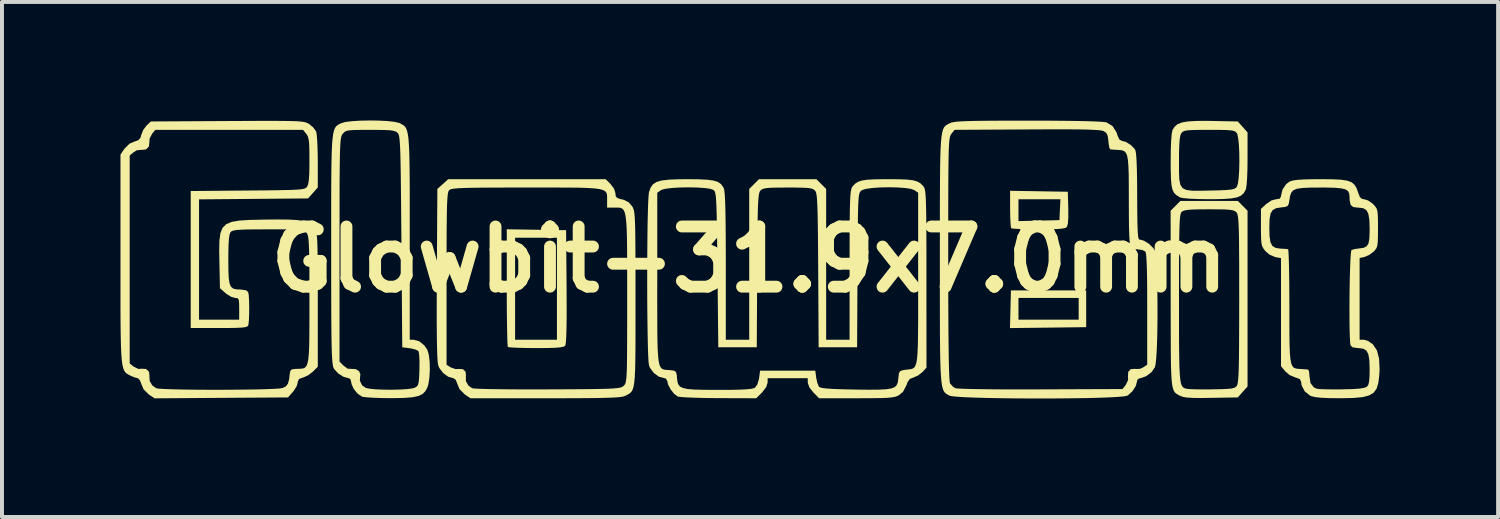
<source format=kicad_pcb>
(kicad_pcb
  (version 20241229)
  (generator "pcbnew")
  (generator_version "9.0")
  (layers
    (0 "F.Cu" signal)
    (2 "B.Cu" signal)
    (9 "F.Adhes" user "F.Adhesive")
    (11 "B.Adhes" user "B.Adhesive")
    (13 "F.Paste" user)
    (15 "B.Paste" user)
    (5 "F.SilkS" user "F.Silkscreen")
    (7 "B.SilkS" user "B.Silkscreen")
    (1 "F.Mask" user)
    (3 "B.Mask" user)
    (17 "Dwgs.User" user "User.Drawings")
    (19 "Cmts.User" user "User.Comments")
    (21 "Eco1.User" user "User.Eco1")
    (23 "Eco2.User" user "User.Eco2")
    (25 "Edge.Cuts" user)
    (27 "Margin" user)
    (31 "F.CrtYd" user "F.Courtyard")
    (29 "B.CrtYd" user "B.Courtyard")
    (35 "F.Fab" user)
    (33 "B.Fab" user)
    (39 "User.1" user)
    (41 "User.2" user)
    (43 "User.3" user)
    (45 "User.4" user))
  (footprint "Glowbit-31.9x7.0mm"
    (layer "F.Cu")
    (at 15.917 3.518)
    (property "Reference" "Glowbit-31.9x7.0mm" (at 0 0 0) (layer "F.SilkS") (effects (font (size 1.524 1.524) (thickness 0.3))))
    (attr through_hole)
    (fp_poly (pts (xy 8.53 1.714) (xy 7.566 1.726) (xy 6.601 1.737) (xy 6.613 1.26) (xy 6.62 0.974) (xy 6.816 0.974) (xy 6.816 1.524) (xy 8.34 1.524) (xy 8.34 0.974) (xy 6.816 0.974) (xy 6.62 0.974) (xy 6.625 0.783) (xy 8.53 0.783) (xy 8.53 1.714)) (stroke (width 0) (type solid)) (fill yes) (layer "F.SilkS"))
    (fp_poly (pts (xy 8.065 -1.714) (xy 8.077 -1.297) (xy 8.078 -1.064) (xy 8.066 -0.904) (xy 8.041 -0.822) (xy 8.04 -0.821) (xy 8.001 -0.798) (xy 7.923 -0.781) (xy 7.795 -0.77) (xy 7.604 -0.764) (xy 7.341 -0.762) (xy 7.326 -0.762) (xy 7.096 -0.764) (xy 6.898 -0.768) (xy 6.744 -0.776) (xy 6.652 -0.784) (xy 6.632 -0.79) (xy 6.621 -0.842) (xy 6.612 -0.959) (xy 6.606 -1.124) (xy 6.604 -1.278) (xy 6.604 -1.524) (xy 6.816 -1.524) (xy 6.816 -0.971) (xy 7.853 -0.995) (xy 7.865 -1.259) (xy 7.878 -1.524) (xy 6.816 -1.524) (xy 6.604 -1.524) (xy 6.604 -1.738) (xy 8.065 -1.714)) (stroke (width 0) (type solid)) (fill yes) (layer "F.SilkS"))
    (fp_poly (pts (xy -5.387 -0.752) (xy -4.636 -0.741) (xy -4.624 0.693) (xy -4.622 1.124) (xy -4.622 1.475) (xy -4.626 1.75) (xy -4.632 1.955) (xy -4.641 2.093) (xy -4.654 2.169) (xy -4.661 2.186) (xy -4.7 2.209) (xy -4.781 2.225) (xy -4.913 2.236) (xy -5.109 2.242) (xy -5.377 2.244) (xy -5.396 2.244) (xy -5.629 2.242) (xy -5.831 2.237) (xy -5.989 2.23) (xy -6.086 2.222) (xy -6.11 2.215) (xy -6.117 2.168) (xy -6.123 2.046) (xy -6.128 1.858) (xy -6.132 1.616) (xy -6.136 1.328) (xy -6.138 1.005) (xy -6.138 0.712) (xy -6.138 -0.55) (xy -5.927 -0.55) (xy -5.927 2.032) (xy -4.868 2.032) (xy -4.868 -0.55) (xy -5.927 -0.55) (xy -6.138 -0.55) (xy -6.138 -0.764) (xy -5.387 -0.752)) (stroke (width 0) (type solid)) (fill yes) (layer "F.SilkS"))
    (fp_poly (pts (xy 11.711 -3.506) (xy 12.368 -3.493) (xy 12.492 -3.354) (xy 12.615 -3.216) (xy 12.615 -2.541) (xy 12.612 -2.281) (xy 12.604 -2.058) (xy 12.591 -1.887) (xy 12.575 -1.783) (xy 12.569 -1.766) (xy 12.52 -1.68) (xy 12.452 -1.617) (xy 12.353 -1.573) (xy 12.212 -1.546) (xy 12.015 -1.531) (xy 11.751 -1.525) (xy 11.635 -1.525) (xy 11.372 -1.529) (xy 11.154 -1.538) (xy 10.995 -1.552) (xy 10.907 -1.57) (xy 10.901 -1.573) (xy 10.819 -1.623) (xy 10.759 -1.68) (xy 10.718 -1.757) (xy 10.692 -1.866) (xy 10.677 -2.022) (xy 10.671 -2.225) (xy 10.88 -2.225) (xy 10.887 -2.029) (xy 10.913 -1.893) (xy 10.968 -1.807) (xy 11.065 -1.759) (xy 11.214 -1.74) (xy 11.427 -1.739) (xy 11.677 -1.744) (xy 11.918 -1.75) (xy 12.089 -1.758) (xy 12.203 -1.77) (xy 12.276 -1.787) (xy 12.319 -1.812) (xy 12.344 -1.839) (xy 12.371 -1.92) (xy 12.39 -2.065) (xy 12.403 -2.254) (xy 12.408 -2.468) (xy 12.406 -2.687) (xy 12.397 -2.89) (xy 12.38 -3.058) (xy 12.357 -3.171) (xy 12.344 -3.199) (xy 12.314 -3.23) (xy 12.27 -3.253) (xy 12.197 -3.267) (xy 12.082 -3.276) (xy 11.912 -3.28) (xy 11.672 -3.281) (xy 11.642 -3.281) (xy 11.394 -3.28) (xy 11.216 -3.276) (xy 11.096 -3.268) (xy 11.02 -3.255) (xy 10.973 -3.233) (xy 10.943 -3.202) (xy 10.94 -3.199) (xy 10.914 -3.141) (xy 10.897 -3.041) (xy 10.886 -2.886) (xy 10.88 -2.666) (xy 10.88 -2.492) (xy 10.88 -2.225) (xy 10.671 -2.225) (xy 10.67 -2.238) (xy 10.669 -2.485) (xy 10.672 -2.773) (xy 10.681 -3.006) (xy 10.695 -3.176) (xy 10.714 -3.272) (xy 10.716 -3.277) (xy 10.769 -3.362) (xy 10.846 -3.426) (xy 10.958 -3.469) (xy 11.118 -3.495) (xy 11.336 -3.507) (xy 11.624 -3.508) (xy 11.711 -3.506)) (stroke (width 0) (type solid)) (fill yes) (layer "F.SilkS"))
    (fp_poly (pts (xy 11.642 -1.482) (xy 12.368 -1.482) (xy 12.492 -1.358) (xy 12.615 -1.234) (xy 12.615 3.216) (xy 12.492 3.354) (xy 12.368 3.493) (xy 11.698 3.504) (xy 11.429 3.508) (xy 11.23 3.505) (xy 11.089 3.497) (xy 10.99 3.482) (xy 10.92 3.458) (xy 10.905 3.451) (xy 10.854 3.424) (xy 10.812 3.398) (xy 10.776 3.367) (xy 10.747 3.322) (xy 10.724 3.257) (xy 10.706 3.166) (xy 10.692 3.041) (xy 10.683 2.875) (xy 10.676 2.662) (xy 10.673 2.394) (xy 10.671 2.065) (xy 10.67 1.667) (xy 10.669 1.195) (xy 10.669 1.002) (xy 10.669 0.99) (xy 10.88 0.99) (xy 10.88 1.481) (xy 10.88 1.895) (xy 10.882 2.238) (xy 10.886 2.517) (xy 10.891 2.739) (xy 10.9 2.91) (xy 10.912 3.038) (xy 10.928 3.13) (xy 10.949 3.191) (xy 10.975 3.23) (xy 11.006 3.253) (xy 11.044 3.267) (xy 11.07 3.274) (xy 11.143 3.282) (xy 11.281 3.287) (xy 11.467 3.29) (xy 11.681 3.289) (xy 11.719 3.288) (xy 11.951 3.284) (xy 12.113 3.277) (xy 12.219 3.266) (xy 12.285 3.247) (xy 12.326 3.219) (xy 12.344 3.199) (xy 12.358 3.168) (xy 12.369 3.112) (xy 12.379 3.024) (xy 12.387 2.898) (xy 12.393 2.727) (xy 12.397 2.504) (xy 12.4 2.223) (xy 12.402 1.876) (xy 12.403 1.458) (xy 12.404 1.001) (xy 12.403 0.519) (xy 12.403 0.115) (xy 12.401 -0.218) (xy 12.399 -0.488) (xy 12.395 -0.701) (xy 12.389 -0.865) (xy 12.382 -0.987) (xy 12.373 -1.074) (xy 12.362 -1.132) (xy 12.349 -1.17) (xy 12.334 -1.193) (xy 12.297 -1.223) (xy 12.244 -1.244) (xy 12.158 -1.258) (xy 12.027 -1.266) (xy 11.836 -1.269) (xy 11.638 -1.27) (xy 11.385 -1.268) (xy 11.203 -1.263) (xy 11.079 -1.252) (xy 11.001 -1.235) (xy 10.954 -1.211) (xy 10.946 -1.203) (xy 10.931 -1.181) (xy 10.918 -1.141) (xy 10.908 -1.076) (xy 10.899 -0.981) (xy 10.893 -0.847) (xy 10.888 -0.668) (xy 10.884 -0.437) (xy 10.882 -0.148) (xy 10.88 0.208) (xy 10.88 0.636) (xy 10.88 0.99) (xy 10.669 0.99) (xy 10.668 -1.234) (xy 10.792 -1.358) (xy 10.915 -1.482) (xy 11.642 -1.482)) (stroke (width 0) (type solid)) (fill yes) (layer "F.SilkS"))
    (fp_poly (pts (xy -9.38 -3.515) (xy -9.162 -3.504) (xy -8.983 -3.484) (xy -8.863 -3.457) (xy -8.846 -3.449) (xy -8.796 -3.423) (xy -8.753 -3.397) (xy -8.716 -3.364) (xy -8.686 -3.318) (xy -8.661 -3.253) (xy -8.641 -3.162) (xy -8.625 -3.04) (xy -8.614 -2.879) (xy -8.605 -2.673) (xy -8.6 -2.417) (xy -8.596 -2.104) (xy -8.594 -1.727) (xy -8.594 -1.28) (xy -8.594 -0.758) (xy -8.594 -0.552) (xy -8.594 2.032) (xy -8.497 2.032) (xy -8.354 2.071) (xy -8.224 2.177) (xy -8.149 2.286) (xy -8.112 2.411) (xy -8.091 2.589) (xy -8.086 2.794) (xy -8.097 2.996) (xy -8.124 3.168) (xy -8.148 3.241) (xy -8.2 3.337) (xy -8.272 3.408) (xy -8.378 3.458) (xy -8.528 3.489) (xy -8.734 3.506) (xy -9.01 3.511) (xy -9.111 3.511) (xy -9.336 3.508) (xy -9.536 3.5) (xy -9.693 3.489) (xy -9.79 3.477) (xy -9.805 3.472) (xy -9.916 3.396) (xy -10.012 3.278) (xy -10.069 3.152) (xy -10.075 3.106) (xy -10.099 3.024) (xy -10.141 3.006) (xy -10.269 2.972) (xy -10.403 2.888) (xy -10.505 2.777) (xy -10.519 2.753) (xy -10.532 2.72) (xy -10.543 2.668) (xy -10.552 2.592) (xy -10.56 2.487) (xy -10.567 2.345) (xy -10.572 2.162) (xy -10.576 1.93) (xy -10.579 1.645) (xy -10.581 1.3) (xy -10.582 0.889) (xy -10.583 0.407) (xy -10.583 -0.153) (xy -10.583 -0.247) (xy -10.372 -0.247) (xy -10.372 2.586) (xy -10.267 2.691) (xy -10.164 2.766) (xy -10.063 2.771) (xy -10.061 2.771) (xy -9.96 2.776) (xy -9.878 2.828) (xy -9.843 2.906) (xy -9.849 2.943) (xy -9.857 3.07) (xy -9.8 3.186) (xy -9.705 3.253) (xy -9.6 3.274) (xy -9.437 3.289) (xy -9.238 3.297) (xy -9.024 3.298) (xy -8.817 3.292) (xy -8.638 3.28) (xy -8.51 3.261) (xy -8.467 3.247) (xy -8.418 3.218) (xy -8.386 3.177) (xy -8.368 3.108) (xy -8.357 2.992) (xy -8.35 2.811) (xy -8.349 2.775) (xy -8.347 2.578) (xy -8.355 2.425) (xy -8.37 2.331) (xy -8.38 2.314) (xy -8.446 2.282) (xy -8.56 2.253) (xy -8.603 2.247) (xy -8.784 2.223) (xy -8.805 -0.454) (xy -8.81 -0.997) (xy -8.814 -1.463) (xy -8.818 -1.856) (xy -8.822 -2.184) (xy -8.827 -2.452) (xy -8.832 -2.667) (xy -8.838 -2.835) (xy -8.846 -2.962) (xy -8.854 -3.055) (xy -8.864 -3.12) (xy -8.876 -3.163) (xy -8.89 -3.19) (xy -8.902 -3.205) (xy -8.942 -3.235) (xy -9.001 -3.256) (xy -9.093 -3.27) (xy -9.233 -3.277) (xy -9.435 -3.28) (xy -9.594 -3.281) (xy -9.834 -3.28) (xy -10.005 -3.277) (xy -10.12 -3.269) (xy -10.194 -3.255) (xy -10.241 -3.231) (xy -10.277 -3.197) (xy -10.291 -3.181) (xy -10.307 -3.158) (xy -10.32 -3.129) (xy -10.332 -3.087) (xy -10.342 -3.026) (xy -10.35 -2.94) (xy -10.356 -2.823) (xy -10.361 -2.668) (xy -10.365 -2.469) (xy -10.368 -2.22) (xy -10.37 -1.915) (xy -10.371 -1.548) (xy -10.371 -1.112) (xy -10.372 -0.602) (xy -10.372 -0.247) (xy -10.583 -0.247) (xy -10.583 -0.254) (xy -10.583 -0.836) (xy -10.583 -1.34) (xy -10.582 -1.771) (xy -10.58 -2.135) (xy -10.576 -2.439) (xy -10.57 -2.688) (xy -10.562 -2.887) (xy -10.55 -3.044) (xy -10.535 -3.164) (xy -10.515 -3.254) (xy -10.491 -3.318) (xy -10.463 -3.363) (xy -10.428 -3.395) (xy -10.388 -3.42) (xy -10.342 -3.444) (xy -10.331 -3.449) (xy -10.227 -3.479) (xy -10.06 -3.5) (xy -9.849 -3.513) (xy -9.616 -3.518) (xy -9.38 -3.515)) (stroke (width 0) (type solid)) (fill yes) (layer "F.SilkS"))
    (fp_poly (pts (xy -3.51 -1.908) (xy -3.422 -1.79) (xy -3.387 -1.677) (xy -3.387 -1.674) (xy -3.38 -1.603) (xy -3.347 -1.56) (xy -3.266 -1.53) (xy -3.163 -1.505) (xy -3.05 -1.445) (xy -2.962 -1.343) (xy -2.944 -1.31) (xy -2.928 -1.271) (xy -2.915 -1.219) (xy -2.905 -1.147) (xy -2.897 -1.048) (xy -2.891 -0.915) (xy -2.886 -0.74) (xy -2.883 -0.516) (xy -2.881 -0.236) (xy -2.879 0.107) (xy -2.879 0.521) (xy -2.879 0.996) (xy -2.879 1.498) (xy -2.879 1.922) (xy -2.88 2.275) (xy -2.884 2.565) (xy -2.889 2.797) (xy -2.898 2.98) (xy -2.911 3.119) (xy -2.929 3.222) (xy -2.952 3.296) (xy -2.981 3.348) (xy -3.017 3.385) (xy -3.061 3.413) (xy -3.113 3.44) (xy -3.133 3.45) (xy -3.174 3.466) (xy -3.236 3.479) (xy -3.327 3.489) (xy -3.454 3.497) (xy -3.625 3.503) (xy -3.846 3.508) (xy -4.126 3.511) (xy -4.472 3.513) (xy -4.891 3.514) (xy -5.156 3.514) (xy -7.057 3.514) (xy -7.201 3.417) (xy -7.333 3.285) (xy -7.384 3.163) (xy -7.429 3.049) (xy -7.487 3.006) (xy -7.49 3.006) (xy -7.621 2.969) (xy -7.749 2.875) (xy -7.846 2.747) (xy -7.874 2.68) (xy -7.886 2.602) (xy -7.896 2.457) (xy -7.903 2.242) (xy -7.908 1.954) (xy -7.911 1.591) (xy -7.911 1.15) (xy -7.91 0.629) (xy -7.909 0.489) (xy -7.662 0.489) (xy -7.662 2.665) (xy -7.561 2.731) (xy -7.434 2.776) (xy -7.357 2.772) (xy -7.248 2.778) (xy -7.179 2.844) (xy -7.171 2.948) (xy -7.174 2.96) (xy -7.173 3.081) (xy -7.108 3.194) (xy -7.014 3.26) (xy -6.953 3.268) (xy -6.817 3.275) (xy -6.614 3.281) (xy -6.355 3.285) (xy -6.047 3.288) (xy -5.701 3.29) (xy -5.326 3.29) (xy -5.095 3.289) (xy -4.653 3.287) (xy -4.288 3.285) (xy -3.992 3.282) (xy -3.757 3.278) (xy -3.575 3.273) (xy -3.44 3.266) (xy -3.342 3.257) (xy -3.274 3.246) (xy -3.229 3.232) (xy -3.198 3.215) (xy -3.179 3.2) (xy -3.159 3.18) (xy -3.143 3.156) (xy -3.129 3.12) (xy -3.118 3.064) (xy -3.109 2.983) (xy -3.102 2.868) (xy -3.097 2.712) (xy -3.094 2.509) (xy -3.092 2.251) (xy -3.091 1.931) (xy -3.09 1.541) (xy -3.09 1.075) (xy -3.09 0.998) (xy -3.09 0.497) (xy -3.091 0.074) (xy -3.092 -0.277) (xy -3.096 -0.564) (xy -3.103 -0.792) (xy -3.115 -0.969) (xy -3.131 -1.1) (xy -3.153 -1.193) (xy -3.182 -1.254) (xy -3.219 -1.29) (xy -3.264 -1.308) (xy -3.319 -1.313) (xy -3.384 -1.313) (xy -3.41 -1.312) (xy -3.598 -1.312) (xy -3.598 -1.489) (xy -3.597 -1.565) (xy -3.6 -1.629) (xy -3.612 -1.681) (xy -3.641 -1.722) (xy -3.694 -1.755) (xy -3.778 -1.779) (xy -3.901 -1.797) (xy -4.068 -1.808) (xy -4.288 -1.816) (xy -4.567 -1.819) (xy -4.912 -1.82) (xy -5.33 -1.82) (xy -5.634 -1.82) (xy -6.089 -1.82) (xy -6.468 -1.819) (xy -6.776 -1.817) (xy -7.022 -1.814) (xy -7.212 -1.809) (xy -7.355 -1.803) (xy -7.457 -1.794) (xy -7.526 -1.784) (xy -7.57 -1.771) (xy -7.595 -1.755) (xy -7.596 -1.754) (xy -7.611 -1.731) (xy -7.623 -1.691) (xy -7.634 -1.628) (xy -7.642 -1.533) (xy -7.649 -1.4) (xy -7.654 -1.223) (xy -7.657 -0.994) (xy -7.66 -0.707) (xy -7.661 -0.355) (xy -7.662 0.069) (xy -7.662 0.489) (xy -7.909 0.489) (xy -7.908 0.367) (xy -7.895 -1.785) (xy -7.757 -1.909) (xy -7.619 -2.032) (xy -3.634 -2.032) (xy -3.51 -1.908)) (stroke (width 0) (type solid)) (fill yes) (layer "F.SilkS"))
    (fp_poly (pts (xy 14.761 -2.029) (xy 14.979 -2.019) (xy 15.137 -1.995) (xy 15.247 -1.955) (xy 15.322 -1.893) (xy 15.375 -1.806) (xy 15.415 -1.691) (xy 15.459 -1.58) (xy 15.513 -1.532) (xy 15.567 -1.524) (xy 15.663 -1.495) (xy 15.771 -1.422) (xy 15.794 -1.4) (xy 15.847 -1.344) (xy 15.882 -1.29) (xy 15.903 -1.221) (xy 15.913 -1.118) (xy 15.917 -0.962) (xy 15.917 -0.792) (xy 15.916 -0.582) (xy 15.911 -0.439) (xy 15.899 -0.344) (xy 15.875 -0.28) (xy 15.838 -0.229) (xy 15.808 -0.199) (xy 15.698 -0.116) (xy 15.58 -0.064) (xy 15.576 -0.063) (xy 15.452 -0.036) (xy 15.452 2.032) (xy 15.561 2.032) (xy 15.669 2.064) (xy 15.784 2.146) (xy 15.79 2.152) (xy 15.89 2.302) (xy 15.945 2.511) (xy 15.958 2.786) (xy 15.949 2.938) (xy 15.926 3.125) (xy 15.884 3.267) (xy 15.811 3.37) (xy 15.698 3.44) (xy 15.535 3.484) (xy 15.31 3.506) (xy 15.013 3.513) (xy 14.937 3.513) (xy 14.668 3.51) (xy 14.469 3.501) (xy 14.328 3.485) (xy 14.231 3.461) (xy 14.198 3.447) (xy 14.063 3.339) (xy 13.984 3.189) (xy 13.97 3.093) (xy 13.939 3.029) (xy 13.838 2.991) (xy 13.824 2.988) (xy 13.678 2.926) (xy 13.57 2.832) (xy 13.462 2.703) (xy 13.462 -0.033) (xy 13.316 -0.06) (xy 13.17 -0.122) (xy 13.062 -0.216) (xy 13.015 -0.279) (xy 12.983 -0.342) (xy 12.965 -0.426) (xy 12.957 -0.549) (xy 12.954 -0.731) (xy 12.954 -0.806) (xy 13.166 -0.806) (xy 13.172 -0.586) (xy 13.195 -0.436) (xy 13.243 -0.343) (xy 13.322 -0.294) (xy 13.44 -0.275) (xy 13.445 -0.275) (xy 13.559 -0.268) (xy 13.634 -0.261) (xy 13.642 -0.26) (xy 13.649 -0.218) (xy 13.656 -0.101) (xy 13.662 0.081) (xy 13.667 0.319) (xy 13.671 0.601) (xy 13.673 0.92) (xy 13.674 1.177) (xy 13.674 1.584) (xy 13.675 1.915) (xy 13.679 2.176) (xy 13.687 2.378) (xy 13.701 2.527) (xy 13.721 2.632) (xy 13.75 2.7) (xy 13.788 2.741) (xy 13.838 2.761) (xy 13.9 2.77) (xy 13.953 2.773) (xy 14.067 2.78) (xy 14.142 2.787) (xy 14.15 2.788) (xy 14.17 2.83) (xy 14.181 2.925) (xy 14.182 2.955) (xy 14.209 3.129) (xy 14.292 3.238) (xy 14.372 3.274) (xy 14.445 3.282) (xy 14.584 3.287) (xy 14.769 3.29) (xy 14.982 3.289) (xy 15.011 3.288) (xy 15.271 3.282) (xy 15.456 3.269) (xy 15.575 3.249) (xy 15.636 3.223) (xy 15.671 3.176) (xy 15.692 3.094) (xy 15.703 2.96) (xy 15.706 2.782) (xy 15.699 2.556) (xy 15.674 2.402) (xy 15.624 2.307) (xy 15.543 2.259) (xy 15.422 2.244) (xy 15.407 2.244) (xy 15.276 2.225) (xy 15.223 2.177) (xy 15.213 2.107) (xy 15.205 1.97) (xy 15.199 1.778) (xy 15.196 1.545) (xy 15.195 1.284) (xy 15.196 1.008) (xy 15.199 0.73) (xy 15.204 0.464) (xy 15.211 0.223) (xy 15.219 0.02) (xy 15.229 -0.133) (xy 15.24 -0.221) (xy 15.246 -0.237) (xy 15.32 -0.261) (xy 15.432 -0.278) (xy 15.439 -0.278) (xy 15.555 -0.295) (xy 15.632 -0.334) (xy 15.678 -0.409) (xy 15.699 -0.537) (xy 15.706 -0.731) (xy 15.706 -0.774) (xy 15.699 -1) (xy 15.674 -1.154) (xy 15.624 -1.249) (xy 15.543 -1.297) (xy 15.422 -1.312) (xy 15.407 -1.312) (xy 15.289 -1.327) (xy 15.224 -1.383) (xy 15.2 -1.497) (xy 15.198 -1.567) (xy 15.191 -1.659) (xy 15.162 -1.726) (xy 15.1 -1.771) (xy 14.994 -1.799) (xy 14.832 -1.814) (xy 14.602 -1.82) (xy 14.462 -1.82) (xy 14.193 -1.818) (xy 13.997 -1.809) (xy 13.861 -1.788) (xy 13.773 -1.75) (xy 13.721 -1.691) (xy 13.692 -1.606) (xy 13.677 -1.52) (xy 13.658 -1.404) (xy 13.623 -1.348) (xy 13.549 -1.326) (xy 13.483 -1.32) (xy 13.345 -1.299) (xy 13.253 -1.252) (xy 13.199 -1.165) (xy 13.173 -1.024) (xy 13.166 -0.814) (xy 13.166 -0.806) (xy 12.954 -0.806) (xy 12.954 -0.812) (xy 12.954 -1.278) (xy 13.085 -1.401) (xy 13.224 -1.496) (xy 13.339 -1.524) (xy 13.431 -1.539) (xy 13.461 -1.592) (xy 13.462 -1.607) (xy 13.499 -1.767) (xy 13.593 -1.907) (xy 13.68 -1.972) (xy 13.755 -1.997) (xy 13.874 -2.015) (xy 14.05 -2.026) (xy 14.292 -2.031) (xy 14.47 -2.032) (xy 14.761 -2.029)) (stroke (width 0) (type solid)) (fill yes) (layer "F.SilkS"))
    (fp_poly (pts (xy 7.582 -3.513) (xy 8.027 -3.509) (xy 8.395 -3.504) (xy 8.684 -3.496) (xy 8.892 -3.487) (xy 9.017 -3.475) (xy 9.05 -3.468) (xy 9.2 -3.374) (xy 9.301 -3.212) (xy 9.329 -3.122) (xy 9.371 -3.036) (xy 9.424 -3.006) (xy 9.538 -2.974) (xy 9.661 -2.897) (xy 9.756 -2.798) (xy 9.775 -2.764) (xy 9.791 -2.685) (xy 9.804 -2.526) (xy 9.813 -2.292) (xy 9.819 -1.99) (xy 9.821 -1.622) (xy 9.821 -1.586) (xy 9.823 -1.218) (xy 9.827 -0.931) (xy 9.834 -0.722) (xy 9.845 -0.585) (xy 9.859 -0.517) (xy 9.868 -0.508) (xy 9.99 -0.476) (xy 10.122 -0.394) (xy 10.229 -0.288) (xy 10.263 -0.234) (xy 10.283 -0.147) (xy 10.3 0.01) (xy 10.314 0.227) (xy 10.324 0.488) (xy 10.332 0.782) (xy 10.335 1.096) (xy 10.336 1.416) (xy 10.333 1.728) (xy 10.327 2.022) (xy 10.317 2.282) (xy 10.304 2.496) (xy 10.287 2.651) (xy 10.269 2.729) (xy 10.183 2.854) (xy 10.054 2.953) (xy 9.917 3.004) (xy 9.887 3.006) (xy 9.829 3.04) (xy 9.821 3.071) (xy 9.788 3.2) (xy 9.704 3.333) (xy 9.593 3.435) (xy 9.569 3.449) (xy 9.495 3.465) (xy 9.347 3.479) (xy 9.135 3.491) (xy 8.869 3.501) (xy 8.559 3.509) (xy 8.214 3.514) (xy 7.846 3.518) (xy 7.463 3.52) (xy 7.077 3.519) (xy 6.698 3.517) (xy 6.335 3.512) (xy 5.998 3.506) (xy 5.698 3.497) (xy 5.444 3.487) (xy 5.248 3.474) (xy 5.118 3.46) (xy 5.07 3.447) (xy 5.025 3.424) (xy 4.986 3.4) (xy 4.953 3.371) (xy 4.924 3.331) (xy 4.901 3.275) (xy 4.881 3.195) (xy 4.865 3.088) (xy 4.853 2.946) (xy 4.843 2.765) (xy 4.836 2.538) (xy 4.831 2.261) (xy 4.828 1.926) (xy 4.827 1.529) (xy 4.826 1.063) (xy 4.826 0.523) (xy 4.826 0) (xy 4.826 -0.014) (xy 5.038 -0.014) (xy 5.038 0.659) (xy 5.04 1.248) (xy 5.043 1.756) (xy 5.047 2.182) (xy 5.052 2.528) (xy 5.058 2.796) (xy 5.066 2.987) (xy 5.075 3.101) (xy 5.083 3.138) (xy 5.158 3.222) (xy 5.22 3.26) (xy 5.28 3.267) (xy 5.416 3.274) (xy 5.62 3.28) (xy 5.883 3.284) (xy 6.196 3.288) (xy 6.552 3.29) (xy 6.941 3.29) (xy 7.355 3.289) (xy 7.38 3.289) (xy 9.448 3.281) (xy 9.531 3.179) (xy 9.592 3.051) (xy 9.588 2.963) (xy 9.594 2.847) (xy 9.658 2.777) (xy 9.764 2.769) (xy 9.779 2.773) (xy 9.891 2.77) (xy 9.972 2.733) (xy 10.075 2.665) (xy 10.075 1.256) (xy 10.074 0.841) (xy 10.072 0.504) (xy 10.067 0.24) (xy 10.059 0.043) (xy 10.05 -0.093) (xy 10.037 -0.174) (xy 10.025 -0.203) (xy 9.948 -0.24) (xy 9.842 -0.254) (xy 9.733 -0.269) (xy 9.66 -0.305) (xy 9.644 -0.349) (xy 9.631 -0.446) (xy 9.621 -0.605) (xy 9.614 -0.83) (xy 9.611 -1.127) (xy 9.61 -1.482) (xy 9.609 -1.844) (xy 9.607 -2.13) (xy 9.6 -2.349) (xy 9.588 -2.511) (xy 9.567 -2.624) (xy 9.537 -2.697) (xy 9.495 -2.74) (xy 9.439 -2.762) (xy 9.367 -2.771) (xy 9.331 -2.773) (xy 9.217 -2.78) (xy 9.144 -2.787) (xy 9.136 -2.788) (xy 9.116 -2.83) (xy 9.099 -2.929) (xy 9.093 -2.994) (xy 9.076 -3.126) (xy 9.038 -3.203) (xy 8.975 -3.248) (xy 8.929 -3.262) (xy 8.846 -3.273) (xy 8.72 -3.281) (xy 8.543 -3.288) (xy 8.31 -3.292) (xy 8.015 -3.294) (xy 7.649 -3.294) (xy 7.208 -3.292) (xy 7.034 -3.291) (xy 5.199 -3.281) (xy 5.119 -3.181) (xy 5.103 -3.159) (xy 5.09 -3.131) (xy 5.078 -3.091) (xy 5.069 -3.032) (xy 5.061 -2.949) (xy 5.054 -2.836) (xy 5.049 -2.686) (xy 5.045 -2.495) (xy 5.042 -2.256) (xy 5.04 -1.962) (xy 5.039 -1.609) (xy 5.038 -1.191) (xy 5.038 -0.7) (xy 5.038 -0.132) (xy 5.038 -0.014) (xy 4.826 -0.014) (xy 4.826 -0.608) (xy 4.826 -1.137) (xy 4.827 -1.592) (xy 4.829 -1.98) (xy 4.832 -2.307) (xy 4.837 -2.577) (xy 4.844 -2.797) (xy 4.855 -2.972) (xy 4.868 -3.108) (xy 4.885 -3.211) (xy 4.905 -3.287) (xy 4.93 -3.341) (xy 4.96 -3.378) (xy 4.996 -3.405) (xy 5.036 -3.428) (xy 5.079 -3.449) (xy 5.119 -3.465) (xy 5.181 -3.478) (xy 5.27 -3.489) (xy 5.394 -3.497) (xy 5.562 -3.503) (xy 5.78 -3.508) (xy 6.056 -3.511) (xy 6.398 -3.513) (xy 6.813 -3.514) (xy 7.061 -3.514) (xy 7.582 -3.513)) (stroke (width 0) (type solid)) (fill yes) (layer "F.SilkS"))
    (fp_poly (pts (xy -11.824 -3.507) (xy -11.63 -3.504) (xy -11.481 -3.5) (xy -11.371 -3.493) (xy -11.291 -3.483) (xy -11.233 -3.471) (xy -11.19 -3.455) (xy -11.155 -3.436) (xy -11.143 -3.43) (xy -11.039 -3.344) (xy -10.968 -3.248) (xy -10.963 -3.236) (xy -10.949 -3.156) (xy -10.937 -3.01) (xy -10.928 -2.815) (xy -10.923 -2.588) (xy -10.922 -2.474) (xy -10.922 -1.822) (xy -11.045 -1.683) (xy -11.169 -1.545) (xy -12.548 -1.533) (xy -13.928 -1.521) (xy -13.928 1.524) (xy -12.912 1.524) (xy -12.912 1.249) (xy -12.914 1.101) (xy -12.924 1.019) (xy -12.95 0.983) (xy -13 0.974) (xy -13.017 0.974) (xy -13.114 0.946) (xy -13.227 0.877) (xy -13.26 0.85) (xy -13.399 0.727) (xy -13.412 0.099) (xy -13.418 -0.222) (xy -13.413 -0.473) (xy -13.388 -0.663) (xy -13.333 -0.8) (xy -13.24 -0.893) (xy -13.1 -0.952) (xy -12.904 -0.985) (xy -12.642 -1.001) (xy -12.305 -1.008) (xy -12.272 -1.009) (xy -11.925 -1.012) (xy -11.652 -1.009) (xy -11.443 -0.997) (xy -11.286 -0.975) (xy -11.172 -0.941) (xy -11.09 -0.893) (xy -11.03 -0.829) (xy -11.005 -0.792) (xy -10.984 -0.754) (xy -10.967 -0.709) (xy -10.954 -0.65) (xy -10.943 -0.567) (xy -10.935 -0.453) (xy -10.93 -0.299) (xy -10.926 -0.096) (xy -10.924 0.164) (xy -10.923 0.489) (xy -10.922 0.888) (xy -10.922 1.03) (xy -10.922 2.716) (xy -11.046 2.84) (xy -11.159 2.928) (xy -11.28 2.985) (xy -11.3 2.99) (xy -11.395 3.025) (xy -11.429 3.091) (xy -11.43 3.116) (xy -11.457 3.209) (xy -11.526 3.321) (xy -11.553 3.354) (xy -11.677 3.493) (xy -13.366 3.504) (xy -15.054 3.516) (xy -15.2 3.418) (xy -15.332 3.288) (xy -15.385 3.163) (xy -15.424 3.062) (xy -15.471 3.008) (xy -15.482 3.006) (xy -15.559 2.987) (xy -15.662 2.943) (xy -15.665 2.941) (xy -15.715 2.916) (xy -15.757 2.89) (xy -15.794 2.857) (xy -15.824 2.812) (xy -15.849 2.748) (xy -15.869 2.659) (xy -15.885 2.538) (xy -15.897 2.38) (xy -15.905 2.178) (xy -15.911 1.925) (xy -15.915 1.617) (xy -15.917 1.245) (xy -15.917 0.805) (xy -15.917 0.289) (xy -15.917 -0.013) (xy -15.917 -2.632) (xy -15.684 -2.632) (xy -15.684 2.632) (xy -15.585 2.713) (xy -15.462 2.772) (xy -15.377 2.766) (xy -15.267 2.774) (xy -15.195 2.842) (xy -15.182 2.95) (xy -15.185 2.961) (xy -15.177 3.079) (xy -15.11 3.191) (xy -15.015 3.259) (xy -14.945 3.271) (xy -14.802 3.28) (xy -14.599 3.287) (xy -14.347 3.293) (xy -14.058 3.297) (xy -13.746 3.299) (xy -13.421 3.3) (xy -13.096 3.298) (xy -12.783 3.295) (xy -12.493 3.291) (xy -12.24 3.284) (xy -12.035 3.276) (xy -11.889 3.267) (xy -11.817 3.255) (xy -11.731 3.214) (xy -11.679 3.147) (xy -11.648 3.035) (xy -11.632 2.9) (xy -11.618 2.821) (xy -11.579 2.783) (xy -11.49 2.771) (xy -11.434 2.769) (xy -11.36 2.767) (xy -11.299 2.761) (xy -11.251 2.741) (xy -11.212 2.702) (xy -11.184 2.635) (xy -11.163 2.532) (xy -11.149 2.386) (xy -11.14 2.189) (xy -11.136 1.934) (xy -11.134 1.613) (xy -11.134 1.218) (xy -11.134 1.017) (xy -11.134 0.6) (xy -11.135 0.26) (xy -11.138 -0.012) (xy -11.142 -0.224) (xy -11.149 -0.385) (xy -11.157 -0.501) (xy -11.168 -0.581) (xy -11.183 -0.634) (xy -11.2 -0.668) (xy -11.224 -0.699) (xy -11.255 -0.722) (xy -11.305 -0.739) (xy -11.384 -0.75) (xy -11.505 -0.757) (xy -11.678 -0.761) (xy -11.914 -0.762) (xy -12.168 -0.762) (xy -12.472 -0.761) (xy -12.702 -0.759) (xy -12.869 -0.753) (xy -12.984 -0.744) (xy -13.059 -0.731) (xy -13.105 -0.713) (xy -13.129 -0.692) (xy -13.153 -0.638) (xy -13.17 -0.539) (xy -13.181 -0.383) (xy -13.186 -0.159) (xy -13.187 0.01) (xy -13.185 0.279) (xy -13.176 0.475) (xy -13.155 0.609) (xy -13.118 0.694) (xy -13.058 0.74) (xy -12.972 0.758) (xy -12.866 0.762) (xy -12.736 0.781) (xy -12.683 0.829) (xy -12.67 0.908) (xy -12.662 1.044) (xy -12.658 1.213) (xy -12.66 1.387) (xy -12.666 1.54) (xy -12.677 1.645) (xy -12.683 1.669) (xy -12.703 1.694) (xy -12.749 1.712) (xy -12.832 1.724) (xy -12.965 1.731) (xy -13.159 1.735) (xy -13.424 1.736) (xy -14.139 1.736) (xy -14.139 -1.732) (xy -12.697 -1.745) (xy -12.308 -1.748) (xy -11.996 -1.752) (xy -11.751 -1.756) (xy -11.564 -1.761) (xy -11.428 -1.769) (xy -11.332 -1.778) (xy -11.269 -1.79) (xy -11.229 -1.806) (xy -11.205 -1.825) (xy -11.194 -1.839) (xy -11.167 -1.9) (xy -11.149 -2.006) (xy -11.138 -2.169) (xy -11.134 -2.401) (xy -11.134 -2.501) (xy -11.135 -2.739) (xy -11.14 -2.909) (xy -11.151 -3.024) (xy -11.169 -3.102) (xy -11.197 -3.158) (xy -11.215 -3.181) (xy -11.296 -3.281) (xy -15.036 -3.281) (xy -15.12 -3.177) (xy -15.18 -3.059) (xy -15.185 -2.973) (xy -15.197 -2.86) (xy -15.268 -2.786) (xy -15.375 -2.774) (xy -15.383 -2.775) (xy -15.501 -2.764) (xy -15.581 -2.716) (xy -15.684 -2.632) (xy -15.917 -2.632) (xy -15.917 -2.654) (xy -15.821 -2.798) (xy -15.687 -2.932) (xy -15.57 -2.981) (xy -15.462 -3.021) (xy -15.409 -3.086) (xy -15.391 -3.154) (xy -15.341 -3.279) (xy -15.257 -3.39) (xy -15.257 -3.39) (xy -15.149 -3.493) (xy -13.215 -3.504) (xy -12.76 -3.506) (xy -12.381 -3.508) (xy -12.072 -3.508) (xy -11.824 -3.507)) (stroke (width 0) (type solid)) (fill yes) (layer "F.SilkS"))
    (fp_poly (pts (xy 1.947 -1.785) (xy 1.947 2.032) (xy 2.54 2.032) (xy 2.541 0.138) (xy 2.541 -0.315) (xy 2.542 -0.691) (xy 2.544 -0.997) (xy 2.547 -1.242) (xy 2.552 -1.432) (xy 2.558 -1.575) (xy 2.566 -1.68) (xy 2.577 -1.753) (xy 2.59 -1.802) (xy 2.606 -1.834) (xy 2.615 -1.847) (xy 2.678 -1.915) (xy 2.751 -1.964) (xy 2.848 -1.997) (xy 2.983 -2.018) (xy 3.17 -2.028) (xy 3.423 -2.032) (xy 3.514 -2.032) (xy 3.789 -2.03) (xy 3.995 -2.022) (xy 4.144 -2.004) (xy 4.25 -1.975) (xy 4.329 -1.931) (xy 4.394 -1.869) (xy 4.412 -1.847) (xy 4.428 -1.822) (xy 4.442 -1.785) (xy 4.453 -1.73) (xy 4.462 -1.649) (xy 4.47 -1.535) (xy 4.475 -1.382) (xy 4.48 -1.183) (xy 4.483 -0.93) (xy 4.484 -0.617) (xy 4.486 -0.237) (xy 4.486 0.217) (xy 4.486 0.491) (xy 4.487 2.739) (xy 4.383 2.852) (xy 4.276 2.937) (xy 4.161 2.988) (xy 4.155 2.99) (xy 4.066 3.025) (xy 4.01 3.103) (xy 3.982 3.181) (xy 3.894 3.349) (xy 3.797 3.431) (xy 3.747 3.458) (xy 3.687 3.478) (xy 3.607 3.493) (xy 3.495 3.503) (xy 3.338 3.509) (xy 3.124 3.512) (xy 2.843 3.513) (xy 2.716 3.514) (xy 1.77 3.514) (xy 1.626 3.37) (xy 1.522 3.239) (xy 1.482 3.122) (xy 1.482 3.116) (xy 1.482 3.006) (xy 0.466 3.006) (xy 0.466 3.116) (xy 0.43 3.231) (xy 0.33 3.361) (xy 0.322 3.37) (xy 0.178 3.514) (xy -0.768 3.511) (xy -1.048 3.509) (xy -1.304 3.503) (xy -1.522 3.495) (xy -1.688 3.486) (xy -1.789 3.475) (xy -1.809 3.47) (xy -1.902 3.401) (xy -1.992 3.286) (xy -2.057 3.16) (xy -2.074 3.08) (xy -2.109 3.016) (xy -2.148 3.006) (xy -2.287 2.968) (xy -2.418 2.872) (xy -2.514 2.74) (xy -2.537 2.68) (xy -2.548 2.599) (xy -2.557 2.443) (xy -2.565 2.224) (xy -2.571 1.952) (xy -2.576 1.636) (xy -2.58 1.288) (xy -2.582 0.982) (xy -2.329 0.982) (xy -2.328 1.403) (xy -2.327 1.753) (xy -2.324 2.038) (xy -2.318 2.266) (xy -2.307 2.442) (xy -2.292 2.573) (xy -2.272 2.667) (xy -2.244 2.729) (xy -2.209 2.767) (xy -2.166 2.786) (xy -2.113 2.795) (xy -2.05 2.799) (xy -2.011 2.801) (xy -1.904 2.815) (xy -1.853 2.849) (xy -1.834 2.929) (xy -1.829 2.994) (xy -1.818 3.091) (xy -1.796 3.164) (xy -1.751 3.219) (xy -1.674 3.256) (xy -1.555 3.281) (xy -1.383 3.294) (xy -1.149 3.3) (xy -0.841 3.302) (xy -0.782 3.302) (xy -0.47 3.301) (xy -0.232 3.296) (xy -0.06 3.287) (xy 0.056 3.274) (xy 0.126 3.256) (xy 0.147 3.245) (xy 0.206 3.161) (xy 0.247 3.025) (xy 0.25 3.001) (xy 0.275 2.815) (xy 1.672 2.815) (xy 1.696 2.996) (xy 1.723 3.121) (xy 1.76 3.212) (xy 1.772 3.229) (xy 1.824 3.249) (xy 1.937 3.265) (xy 2.118 3.278) (xy 2.372 3.287) (xy 2.694 3.294) (xy 3.02 3.298) (xy 3.272 3.296) (xy 3.46 3.287) (xy 3.592 3.267) (xy 3.68 3.234) (xy 3.732 3.184) (xy 3.76 3.116) (xy 3.773 3.026) (xy 3.776 2.996) (xy 3.789 2.882) (xy 3.822 2.826) (xy 3.9 2.801) (xy 3.965 2.792) (xy 4.033 2.784) (xy 4.09 2.777) (xy 4.138 2.763) (xy 4.177 2.735) (xy 4.207 2.688) (xy 4.231 2.614) (xy 4.249 2.506) (xy 4.261 2.358) (xy 4.269 2.162) (xy 4.273 1.913) (xy 4.276 1.603) (xy 4.276 1.226) (xy 4.276 0.775) (xy 4.276 0.484) (xy 4.276 -1.689) (xy 4.182 -1.754) (xy 4.091 -1.787) (xy 3.937 -1.81) (xy 3.742 -1.823) (xy 3.526 -1.827) (xy 3.308 -1.823) (xy 3.11 -1.808) (xy 2.951 -1.786) (xy 2.852 -1.754) (xy 2.841 -1.746) (xy 2.82 -1.727) (xy 2.802 -1.703) (xy 2.788 -1.666) (xy 2.776 -1.609) (xy 2.767 -1.524) (xy 2.76 -1.404) (xy 2.755 -1.241) (xy 2.751 -1.028) (xy 2.747 -0.758) (xy 2.745 -0.423) (xy 2.742 -0.014) (xy 2.741 0.275) (xy 2.731 2.223) (xy 1.757 2.223) (xy 1.746 0.278) (xy 1.743 -0.183) (xy 1.74 -0.566) (xy 1.736 -0.88) (xy 1.732 -1.131) (xy 1.726 -1.327) (xy 1.719 -1.475) (xy 1.711 -1.582) (xy 1.7 -1.657) (xy 1.687 -1.705) (xy 1.672 -1.735) (xy 1.665 -1.743) (xy 1.629 -1.774) (xy 1.574 -1.795) (xy 1.488 -1.809) (xy 1.355 -1.816) (xy 1.163 -1.82) (xy 0.974 -1.82) (xy 0.727 -1.819) (xy 0.552 -1.815) (xy 0.433 -1.806) (xy 0.356 -1.79) (xy 0.308 -1.767) (xy 0.282 -1.743) (xy 0.266 -1.718) (xy 0.252 -1.677) (xy 0.24 -1.613) (xy 0.231 -1.519) (xy 0.223 -1.387) (xy 0.217 -1.21) (xy 0.213 -0.98) (xy 0.209 -0.69) (xy 0.205 -0.334) (xy 0.203 0.098) (xy 0.202 0.278) (xy 0.191 2.223) (xy -0.783 2.223) (xy -0.804 0.261) (xy -0.809 -0.198) (xy -0.814 -0.579) (xy -0.819 -0.891) (xy -0.824 -1.14) (xy -0.83 -1.334) (xy -0.837 -1.481) (xy -0.845 -1.587) (xy -0.856 -1.66) (xy -0.868 -1.707) (xy -0.884 -1.737) (xy -0.902 -1.756) (xy -0.908 -1.76) (xy -0.991 -1.789) (xy -1.139 -1.809) (xy -1.33 -1.821) (xy -1.544 -1.825) (xy -1.76 -1.821) (xy -1.959 -1.809) (xy -2.12 -1.789) (xy -2.222 -1.762) (xy -2.234 -1.754) (xy -2.328 -1.689) (xy -2.328 0.483) (xy -2.329 0.982) (xy -2.582 0.982) (xy -2.582 0.918) (xy -2.583 0.535) (xy -2.582 0.152) (xy -2.58 -0.222) (xy -2.577 -0.577) (xy -2.573 -0.902) (xy -2.566 -1.186) (xy -2.559 -1.42) (xy -2.55 -1.592) (xy -2.54 -1.693) (xy -2.537 -1.706) (xy -2.497 -1.817) (xy -2.438 -1.901) (xy -2.35 -1.96) (xy -2.22 -1.998) (xy -2.036 -2.02) (xy -1.788 -2.03) (xy -1.575 -2.032) (xy -1.283 -2.029) (xy -1.063 -2.018) (xy -0.903 -1.997) (xy -0.791 -1.961) (xy -0.714 -1.908) (xy -0.661 -1.835) (xy -0.643 -1.8) (xy -0.63 -1.744) (xy -0.619 -1.635) (xy -0.61 -1.468) (xy -0.603 -1.24) (xy -0.598 -0.944) (xy -0.595 -0.576) (xy -0.593 -0.132) (xy -0.593 0.171) (xy -0.593 2.032) (xy 0 2.032) (xy 0 -1.785) (xy 0.247 -2.032) (xy 1.7 -2.032) (xy 1.947 -1.785)) (stroke (width 0) (type solid)) (fill yes) (layer "F.SilkS")))
  (gr_rect
    (start -3 -3)
    (end 34.875 10.038)
    (stroke (width 0.1) (type default))
    (fill no)
    (layer "Edge.Cuts")))
</source>
